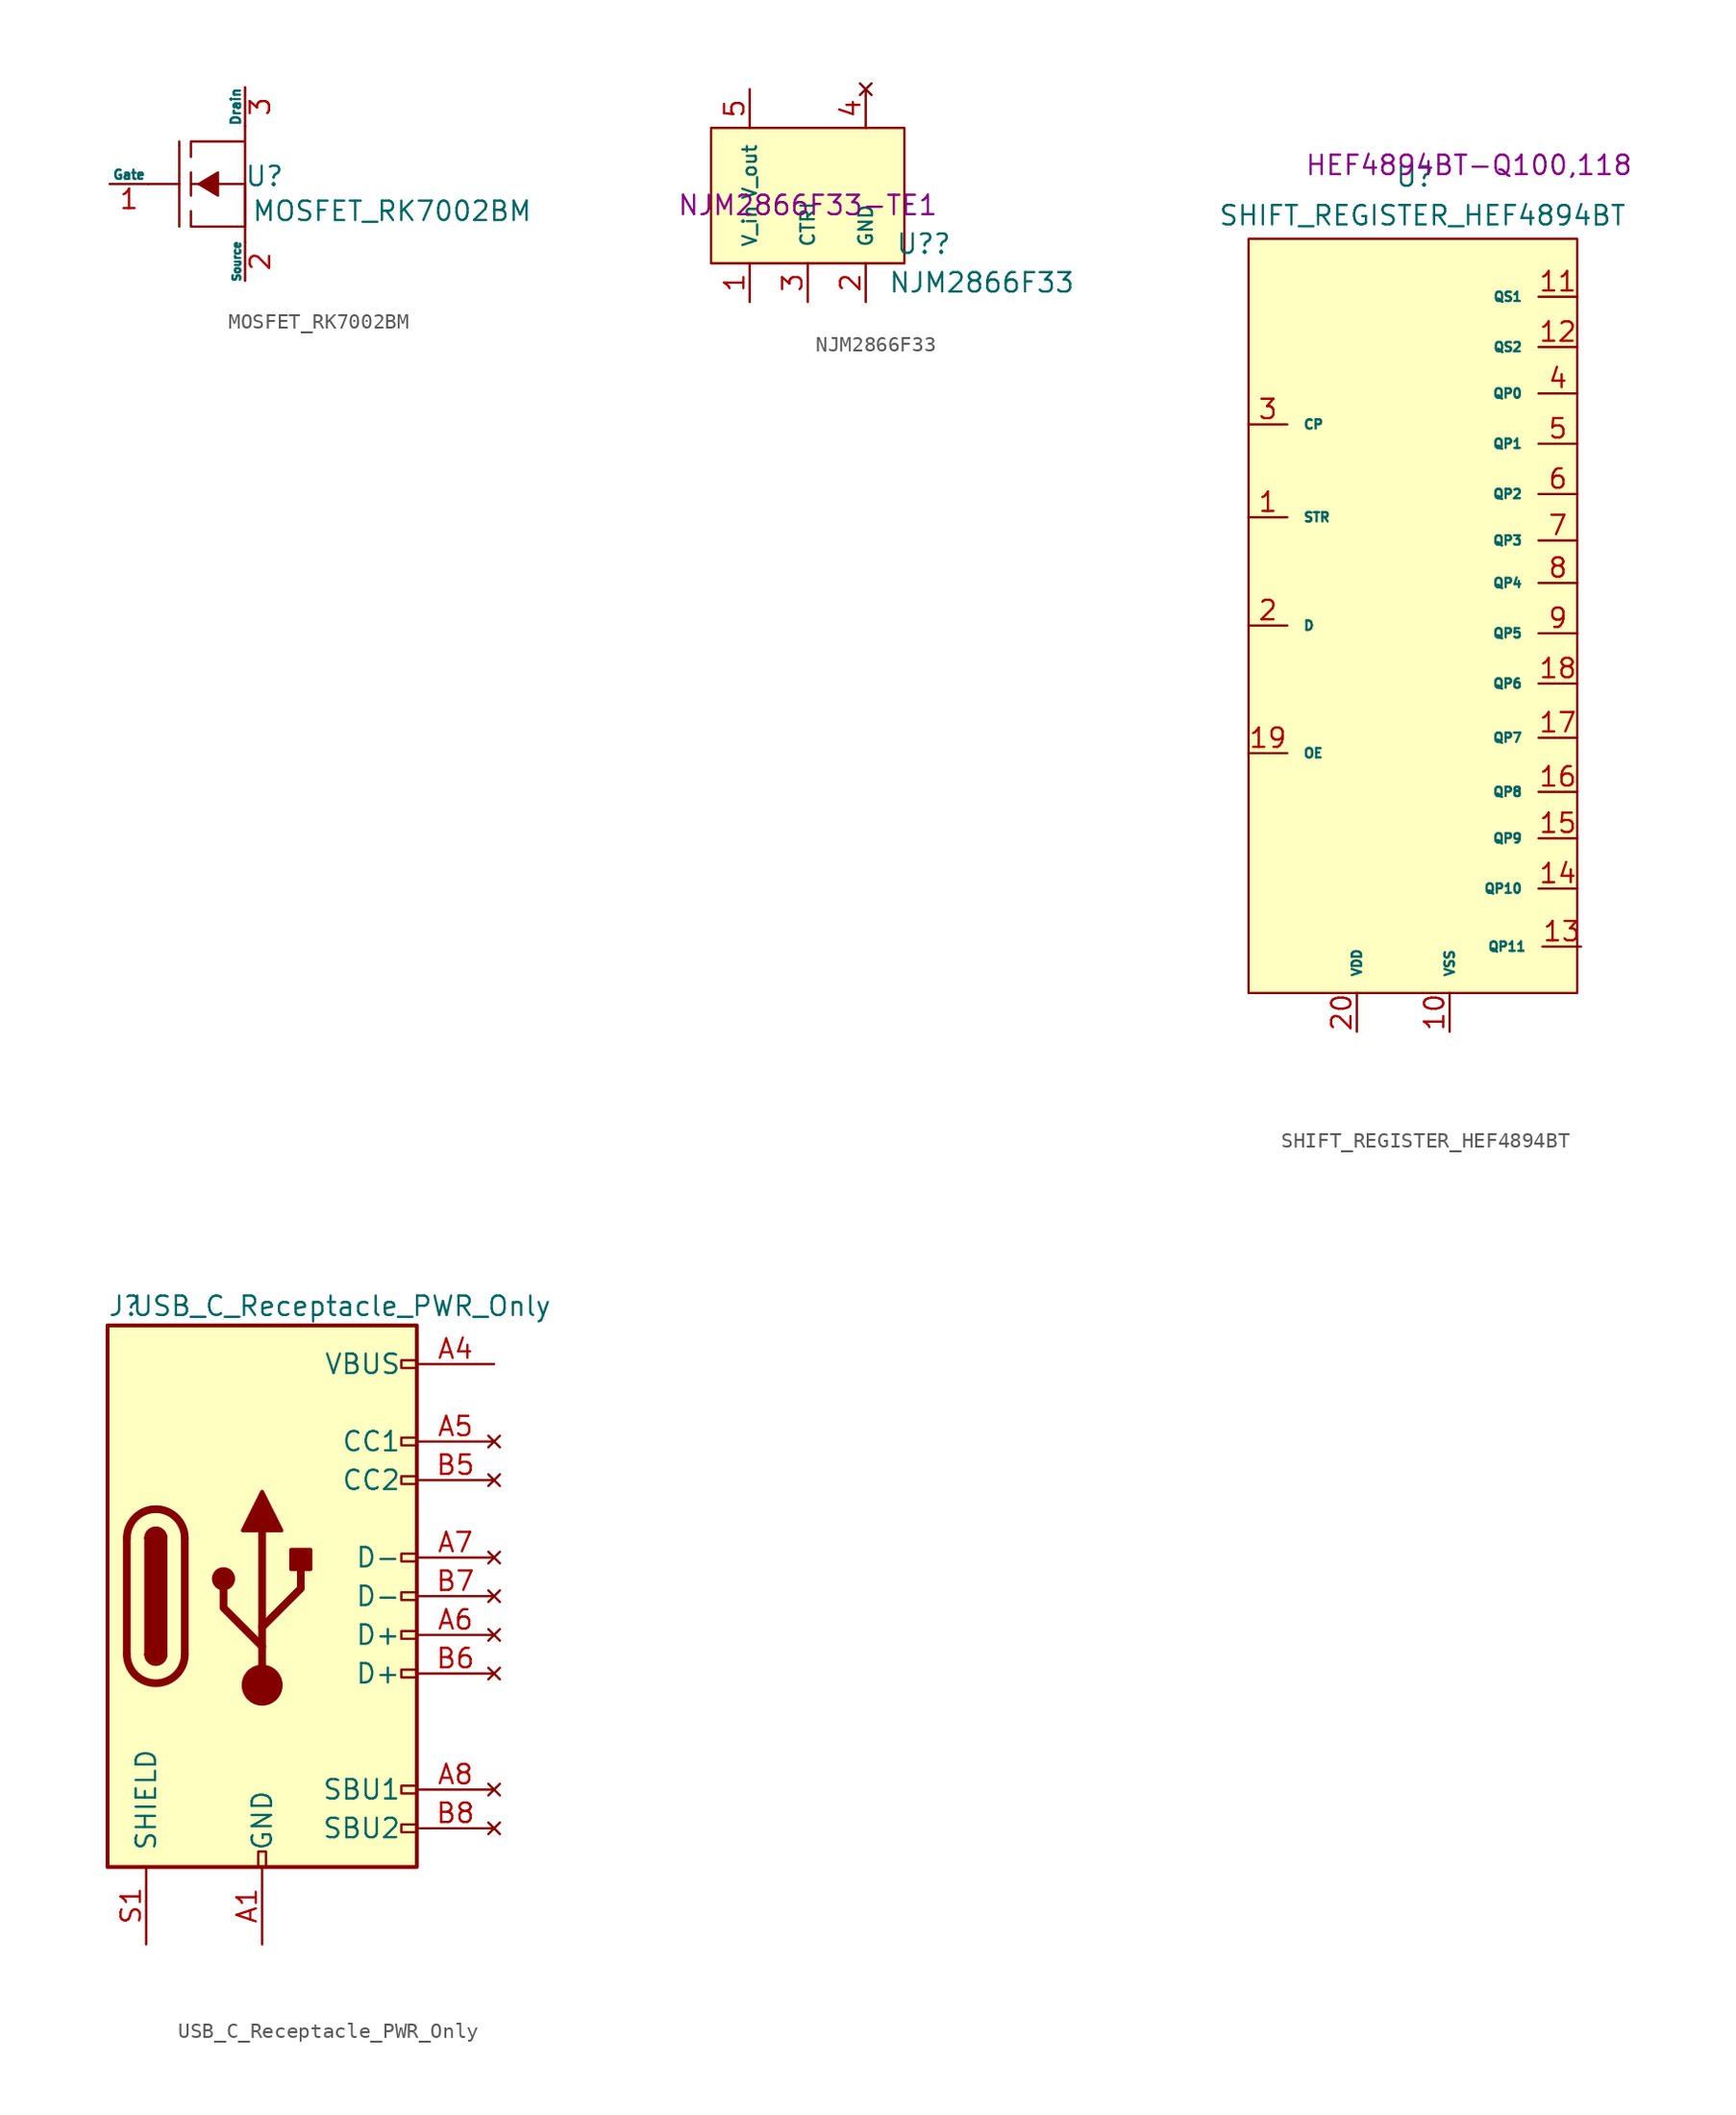
<source format=kicad_sym>
(kicad_symbol_lib
  (version 20211014)
  (generator kicad_symbol_editor)
  (symbol "MOSFET_RK7002BM"
    (pin_names
      (offset 0))
    (property "Reference" "U"
      (at 1.27 0.508 0)
      (effects (font (size 1.27 1.27))))
    (property "Value" "MOSFET_RK7002BM"
      (at 9.652 -1.778 0)
      (effects (font (size 1.27 1.27))))
    (symbol "MOSFET_RK7002BM_0_1"
      (polyline (pts (xy -4.318 0) (xy -6.35 0)) (stroke (width 0) (type default) (color 0 0 0 0)) (fill (type none)))
      (polyline (pts (xy -4.318 2.794) (xy -4.318 -2.794)) (stroke (width 0) (type default) (color 0 0 0 0)) (fill (type none)))
      (polyline (pts (xy -3.556 -1.778) (xy -3.556 -2.794) (xy 0 -2.794) (xy 0 -1.778)) (stroke (width 0) (type default) (color 0 0 0 0)) (fill (type none)))
      (polyline (pts (xy -3.048 0) (xy -1.778 0.762) (xy -1.778 -0.762) (xy -3.048 0)) (stroke (width 0) (type default) (color 0 0 0 0)) (fill (type outline)))
      (polyline (pts (xy -3.556 -0.762) (xy -3.556 0.762) (xy -3.556 0) (xy 0 0) (xy 0 -1.778) (xy 0 -1.524)) (stroke (width 0) (type default) (color 0 0 0 0)) (fill (type none)))
      (polyline (pts (xy -3.556 1.778) (xy -3.556 2.794) (xy 0 2.794) (xy 0 3.81) (xy 0 -2.794) (xy 0 -3.81)) (stroke (width 0) (type default) (color 0 0 0 0)) (fill (type none))))
    (symbol "MOSFET_RK7002BM_1_1"
      (pin input line (at -8.89 0 0) (length 2.54) (name "Gate" (effects (font (size 0.61 0.61)))) (number "1" (effects (font (size 1.27 1.27)))))
      (pin input line (at 0 -6.35 90) (length 2.54) (name "Source" (effects (font (size 0.508 0.508)))) (number "2" (effects (font (size 1.27 1.27)))))
      (pin input line (at 0 6.35 270) (length 2.54) (name "Drain" (effects (font (size 0.61 0.61)))) (number "3" (effects (font (size 1.27 1.27)))))))
  (symbol "NJM2866F33"
    (pin_names
      (offset 1.016))
    (property "Reference" "U?"
      (at 7.62 -2.54 0)
      (effects (font (size 1.27 1.27))))
    (property "Value" "NJM2866F33"
      (at 11.43 -5.08 0)
      (effects (font (size 1.27 1.27))))
    (property "mpn" "NJM2866F33-TE1"
      (at 0 0 0)
      (effects (font (size 1.27 1.27))))
    (symbol "NJM2866F33_0_1"
      (rectangle (start -6.35 5.08) (end 6.35 -3.81) (stroke (width 0) (type default) (color 0 0 0 0)) (fill (type background))))
    (symbol "NJM2866F33_1_1"
      (pin input line (at -3.81 -6.35 90) (length 2.54) (name "V_in" (effects (font (size 0.889 0.889)))) (number "1" (effects (font (size 1.27 1.27)))))
      (pin input line (at 3.81 -6.35 90) (length 2.54) (name "GND" (effects (font (size 0.889 0.889)))) (number "2" (effects (font (size 1.27 1.27)))))
      (pin input line (at 0 -6.35 90) (length 2.54) (name "CTRL" (effects (font (size 0.889 0.889)))) (number "3" (effects (font (size 1.27 1.27)))))
      (pin no_connect line (at 3.81 7.62 270) (length 2.54) (name "~" (effects (font (size 0.889 0.889)))) (number "4" (effects (font (size 1.27 1.27)))))
      (pin input line (at -3.81 7.62 270) (length 2.54) (name "V_out" (effects (font (size 0.889 0.889)))) (number "5" (effects (font (size 1.27 1.27)))))))
  (symbol "SHIFT_REGISTER_HEF4894BT"
    (pin_names
      (offset 1.016))
    (property "Reference" "U"
      (at -3.556 -0.762 0)
      (effects (font (size 1.27 1.27))))
    (property "Value" "SHIFT_REGISTER_HEF4894BT"
      (at -3.048 -3.302 0)
      (effects (font (size 1.27 1.27))))
    (property "mpn" "HEF4894BT-Q100,118"
      (at 0 0 0)
      (effects (font (size 1.27 1.27))))
    (symbol "SHIFT_REGISTER_HEF4894BT_0_1"
      (rectangle (start -14.478 -4.826) (end 7.112 -54.356) (stroke (width 0) (type default) (color 0 0 0 0)) (fill (type background))))
    (symbol "SHIFT_REGISTER_HEF4894BT_1_1"
      (pin input line (at -14.478 -23.114 0) (length 2.54) (name "STR" (effects (font (size 0.61 0.61)))) (number "1" (effects (font (size 1.27 1.27)))))
      (pin input line (at -1.27 -56.896 90) (length 2.54) (name "VSS" (effects (font (size 0.61 0.61)))) (number "10" (effects (font (size 1.27 1.27)))))
      (pin input line (at 7.112 -8.636 180) (length 2.54) (name "QS1" (effects (font (size 0.61 0.61)))) (number "11" (effects (font (size 1.27 1.27)))))
      (pin input line (at 7.112 -11.938 180) (length 2.54) (name "QS2" (effects (font (size 0.61 0.61)))) (number "12" (effects (font (size 1.27 1.27)))))
      (pin input line (at 7.366 -51.308 180) (length 2.54) (name "QP11" (effects (font (size 0.61 0.61)))) (number "13" (effects (font (size 1.27 1.27)))))
      (pin input line (at 7.112 -47.498 180) (length 2.54) (name "QP10" (effects (font (size 0.61 0.61)))) (number "14" (effects (font (size 1.27 1.27)))))
      (pin input line (at 7.112 -44.196 180) (length 2.54) (name "QP9" (effects (font (size 0.61 0.61)))) (number "15" (effects (font (size 1.27 1.27)))))
      (pin input line (at 7.112 -41.148 180) (length 2.54) (name "QP8" (effects (font (size 0.61 0.61)))) (number "16" (effects (font (size 1.27 1.27)))))
      (pin input line (at 7.112 -37.592 180) (length 2.54) (name "QP7" (effects (font (size 0.61 0.61)))) (number "17" (effects (font (size 1.27 1.27)))))
      (pin input line (at 7.112 -34.036 180) (length 2.54) (name "QP6" (effects (font (size 0.61 0.61)))) (number "18" (effects (font (size 1.27 1.27)))))
      (pin input line (at -14.478 -38.608 0) (length 2.54) (name "OE" (effects (font (size 0.61 0.61)))) (number "19" (effects (font (size 1.27 1.27)))))
      (pin input line (at -14.478 -30.226 0) (length 2.54) (name "D" (effects (font (size 0.61 0.61)))) (number "2" (effects (font (size 1.27 1.27)))))
      (pin input line (at -7.366 -56.896 90) (length 2.54) (name "VDD" (effects (font (size 0.61 0.61)))) (number "20" (effects (font (size 1.27 1.27)))))
      (pin input line (at -14.478 -17.018 0) (length 2.54) (name "CP" (effects (font (size 0.61 0.61)))) (number "3" (effects (font (size 1.27 1.27)))))
      (pin input line (at 7.112 -14.986 180) (length 2.54) (name "QP0" (effects (font (size 0.61 0.61)))) (number "4" (effects (font (size 1.27 1.27)))))
      (pin input line (at 7.112 -18.288 180) (length 2.54) (name "QP1" (effects (font (size 0.61 0.61)))) (number "5" (effects (font (size 1.27 1.27)))))
      (pin input line (at 7.112 -21.59 180) (length 2.54) (name "QP2" (effects (font (size 0.61 0.61)))) (number "6" (effects (font (size 1.27 1.27)))))
      (pin input line (at 7.112 -24.638 180) (length 2.54) (name "QP3" (effects (font (size 0.61 0.61)))) (number "7" (effects (font (size 1.27 1.27)))))
      (pin input line (at 7.112 -27.432 180) (length 2.54) (name "QP4" (effects (font (size 0.61 0.61)))) (number "8" (effects (font (size 1.27 1.27)))))
      (pin input line (at 7.112 -30.734 180) (length 2.54) (name "QP5" (effects (font (size 0.61 0.61)))) (number "9" (effects (font (size 1.27 1.27)))))))
  (symbol "USB_C_Receptacle_PWR_Only"
    (pin_names
      (offset 1.016))
    (property "Reference" "J"
      (at -10.16 19.05 0)
      (effects (font (size 1.27 1.27)) (justify left)))
    (property "Value" "USB_C_Receptacle_PWR_Only"
      (at 19.05 19.05 0)
      (effects (font (size 1.27 1.27)) (justify right)))
    (symbol "USB_C_Receptacle_PWR_Only_0_0"
      (rectangle (start -0.254 -17.78) (end 0.254 -16.764) (stroke (width 0) (type default) (color 0 0 0 0)) (fill (type none)))
      (rectangle (start 10.16 -14.986) (end 9.144 -15.494) (stroke (width 0) (type default) (color 0 0 0 0)) (fill (type none)))
      (rectangle (start 10.16 -12.446) (end 9.144 -12.954) (stroke (width 0) (type default) (color 0 0 0 0)) (fill (type none)))
      (rectangle (start 10.16 -4.826) (end 9.144 -5.334) (stroke (width 0) (type default) (color 0 0 0 0)) (fill (type none)))
      (rectangle (start 10.16 -2.286) (end 9.144 -2.794) (stroke (width 0) (type default) (color 0 0 0 0)) (fill (type none)))
      (rectangle (start 10.16 0.254) (end 9.144 -0.254) (stroke (width 0) (type default) (color 0 0 0 0)) (fill (type none)))
      (rectangle (start 10.16 2.794) (end 9.144 2.286) (stroke (width 0) (type default) (color 0 0 0 0)) (fill (type none)))
      (rectangle (start 10.16 7.874) (end 9.144 7.366) (stroke (width 0) (type default) (color 0 0 0 0)) (fill (type none)))
      (rectangle (start 10.16 10.414) (end 9.144 9.906) (stroke (width 0) (type default) (color 0 0 0 0)) (fill (type none)))
      (rectangle (start 10.16 15.494) (end 9.144 14.986) (stroke (width 0) (type default) (color 0 0 0 0)) (fill (type none))))
    (symbol "USB_C_Receptacle_PWR_Only_0_1"
      (rectangle (start -10.16 17.78) (end 10.16 -17.78) (stroke (width 0.254) (type default) (color 0 0 0 0)) (fill (type background)))
      (arc (start -8.89 -3.81) (mid -6.985 -5.715) (end -5.08 -3.81) (stroke (width 0.508) (type default) (color 0 0 0 0)) (fill (type none)))
      (arc (start -7.62 -3.81) (mid -6.985 -4.445) (end -6.35 -3.81) (stroke (width 0.254) (type default) (color 0 0 0 0)) (fill (type none)))
      (arc (start -7.62 -3.81) (mid -6.985 -4.445) (end -6.35 -3.81) (stroke (width 0.254) (type default) (color 0 0 0 0)) (fill (type outline)))
      (rectangle (start -7.62 -3.81) (end -6.35 3.81) (stroke (width 0.254) (type default) (color 0 0 0 0)) (fill (type outline)))
      (arc (start -6.35 3.81) (mid -6.985 4.445) (end -7.62 3.81) (stroke (width 0.254) (type default) (color 0 0 0 0)) (fill (type none)))
      (arc (start -6.35 3.81) (mid -6.985 4.445) (end -7.62 3.81) (stroke (width 0.254) (type default) (color 0 0 0 0)) (fill (type outline)))
      (arc (start -5.08 3.81) (mid -6.985 5.715) (end -8.89 3.81) (stroke (width 0.508) (type default) (color 0 0 0 0)) (fill (type none)))
      (circle (center -2.54 1.143) (radius 0.635) (stroke (width 0.254) (type default) (color 0 0 0 0)) (fill (type outline)))
      (circle (center 0 -5.842) (radius 1.27) (stroke (width 0) (type default) (color 0 0 0 0)) (fill (type outline)))
      (polyline (pts (xy -8.89 -3.81) (xy -8.89 3.81)) (stroke (width 0.508) (type default) (color 0 0 0 0)) (fill (type none)))
      (polyline (pts (xy -5.08 3.81) (xy -5.08 -3.81)) (stroke (width 0.508) (type default) (color 0 0 0 0)) (fill (type none)))
      (polyline (pts (xy 0 -5.842) (xy 0 4.318)) (stroke (width 0.508) (type default) (color 0 0 0 0)) (fill (type none)))
      (polyline (pts (xy 0 -3.302) (xy -2.54 -0.762) (xy -2.54 0.508)) (stroke (width 0.508) (type default) (color 0 0 0 0)) (fill (type none)))
      (polyline (pts (xy 0 -2.032) (xy 2.54 0.508) (xy 2.54 1.778)) (stroke (width 0.508) (type default) (color 0 0 0 0)) (fill (type none)))
      (polyline (pts (xy -1.27 4.318) (xy 0 6.858) (xy 1.27 4.318) (xy -1.27 4.318)) (stroke (width 0.254) (type default) (color 0 0 0 0)) (fill (type outline)))
      (rectangle (start 1.905 1.778) (end 3.175 3.048) (stroke (width 0.254) (type default) (color 0 0 0 0)) (fill (type outline))))
    (symbol "USB_C_Receptacle_PWR_Only_1_1"
      (pin passive line (at 0 -22.86 90) (length 5.08) (name "GND" (effects (font (size 1.27 1.27)))) (number "A1" (effects (font (size 1.27 1.27)))))
      (pin passive line (at 0 -22.86 90) (length 5.08) hide (name "GND" (effects (font (size 1.27 1.27)))) (number "A12" (effects (font (size 1.27 1.27)))))
      (pin passive line (at 15.24 15.24 180) (length 5.08) (name "VBUS" (effects (font (size 1.27 1.27)))) (number "A4" (effects (font (size 1.27 1.27)))))
      (pin no_connect line (at 15.24 10.16 180) (length 5.08) (name "CC1" (effects (font (size 1.27 1.27)))) (number "A5" (effects (font (size 1.27 1.27)))))
      (pin no_connect line (at 15.24 -2.54 180) (length 5.08) (name "D+" (effects (font (size 1.27 1.27)))) (number "A6" (effects (font (size 1.27 1.27)))))
      (pin no_connect line (at 15.24 2.54 180) (length 5.08) (name "D-" (effects (font (size 1.27 1.27)))) (number "A7" (effects (font (size 1.27 1.27)))))
      (pin no_connect line (at 15.24 -12.7 180) (length 5.08) (name "SBU1" (effects (font (size 1.27 1.27)))) (number "A8" (effects (font (size 1.27 1.27)))))
      (pin passive line (at 15.24 15.24 180) (length 5.08) hide (name "VBUS" (effects (font (size 1.27 1.27)))) (number "A9" (effects (font (size 1.27 1.27)))))
      (pin passive line (at 0 -22.86 90) (length 5.08) hide (name "GND" (effects (font (size 1.27 1.27)))) (number "B1" (effects (font (size 1.27 1.27)))))
      (pin passive line (at 0 -22.86 90) (length 5.08) hide (name "GND" (effects (font (size 1.27 1.27)))) (number "B12" (effects (font (size 1.27 1.27)))))
      (pin passive line (at 15.24 15.24 180) (length 5.08) hide (name "VBUS" (effects (font (size 1.27 1.27)))) (number "B4" (effects (font (size 1.27 1.27)))))
      (pin no_connect line (at 15.24 7.62 180) (length 5.08) (name "CC2" (effects (font (size 1.27 1.27)))) (number "B5" (effects (font (size 1.27 1.27)))))
      (pin no_connect line (at 15.24 -5.08 180) (length 5.08) (name "D+" (effects (font (size 1.27 1.27)))) (number "B6" (effects (font (size 1.27 1.27)))))
      (pin no_connect line (at 15.24 0 180) (length 5.08) (name "D-" (effects (font (size 1.27 1.27)))) (number "B7" (effects (font (size 1.27 1.27)))))
      (pin no_connect line (at 15.24 -15.24 180) (length 5.08) (name "SBU2" (effects (font (size 1.27 1.27)))) (number "B8" (effects (font (size 1.27 1.27)))))
      (pin passive line (at 15.24 15.24 180) (length 5.08) hide (name "VBUS" (effects (font (size 1.27 1.27)))) (number "B9" (effects (font (size 1.27 1.27)))))
      (pin passive line (at -7.62 -22.86 90) (length 5.08) (name "SHIELD" (effects (font (size 1.27 1.27)))) (number "S1" (effects (font (size 1.27 1.27))))))))
</source>
